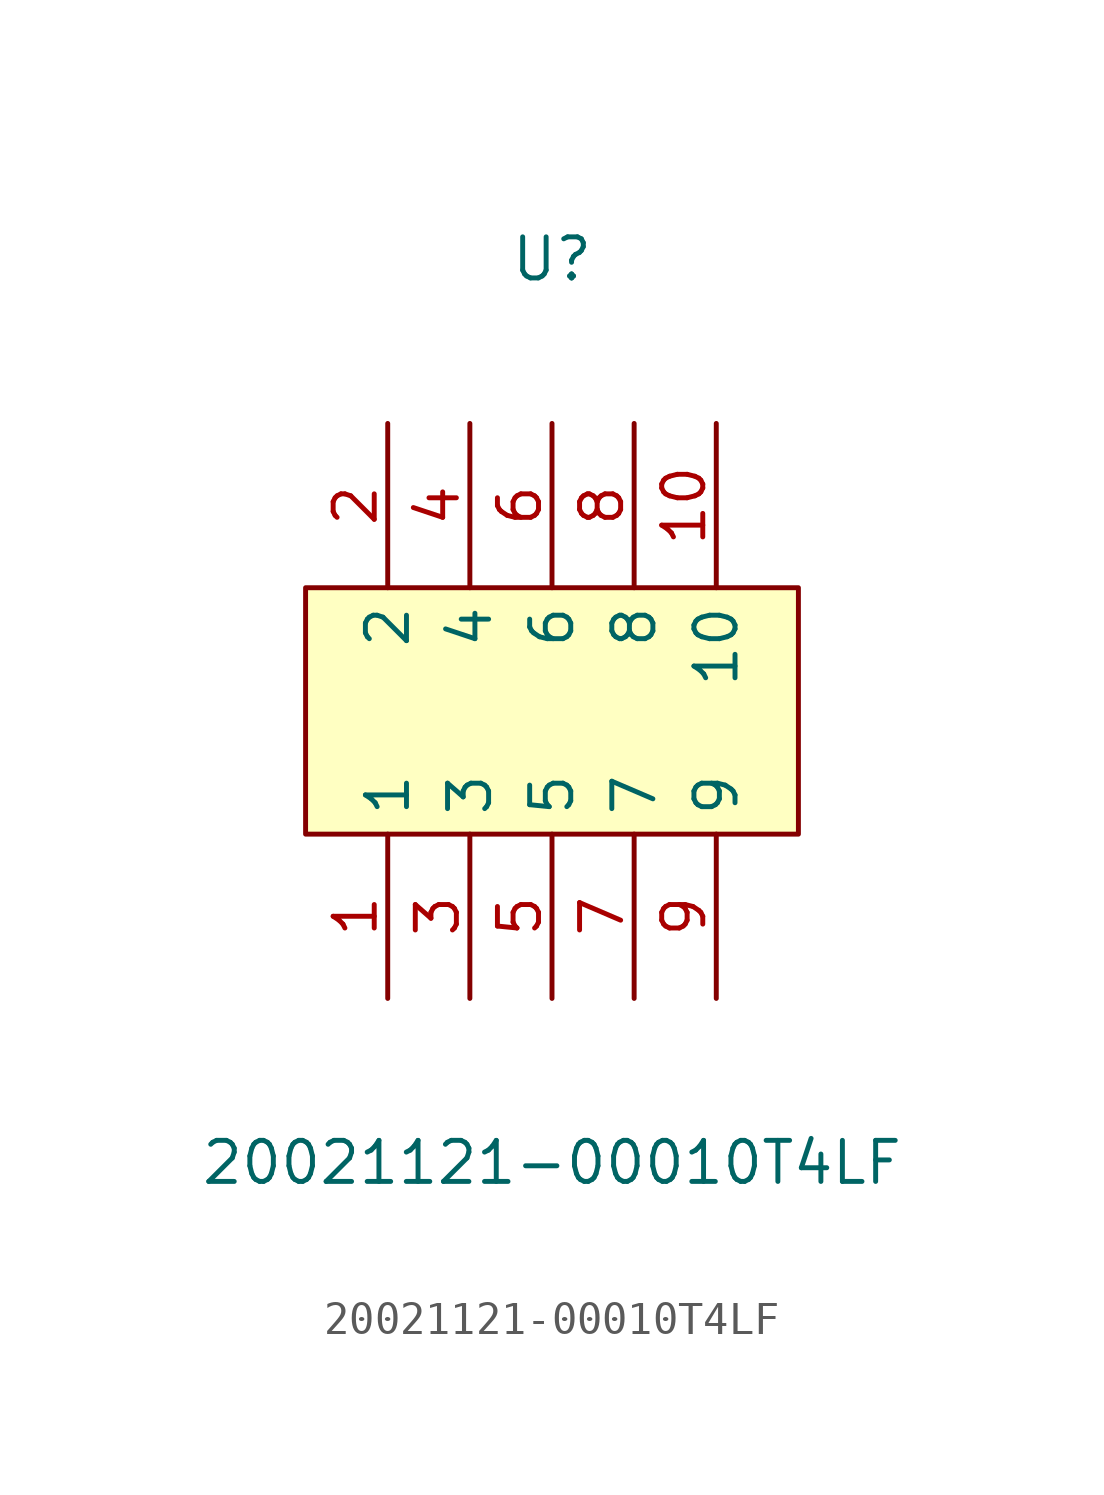
<source format=kicad_sym>
(kicad_symbol_lib
  (version 20211014)
  (generator https://github.com/uPesy/easyeda2kicad.py)
  (symbol "20021121-00010T4LF"
    (property "Reference" "U"
      (at 0 15.24 0)
      (effects (font (size 1.27 1.27))))
    (property "Value" "20021121-00010T4LF"
      (at 0 -12.70 0)
      (effects (font (size 1.27 1.27))))
    (symbol "20021121-00010T4LF_0_1"
      (rectangle (start -7.62 5.08) (end 7.62 -2.54) (stroke (width 0) (type default) (color 0 0 0 0)) (fill (type background)))
      (pin unspecified line (at 5.08 10.16 270) (length 5.08) (name "10" (effects (font (size 1.27 1.27)))) (number "10" (effects (font (size 1.27 1.27)))))
      (pin unspecified line (at 5.08 -7.62 90) (length 5.08) (name "9" (effects (font (size 1.27 1.27)))) (number "9" (effects (font (size 1.27 1.27)))))
      (pin unspecified line (at 2.54 10.16 270) (length 5.08) (name "8" (effects (font (size 1.27 1.27)))) (number "8" (effects (font (size 1.27 1.27)))))
      (pin unspecified line (at 2.54 -7.62 90) (length 5.08) (name "7" (effects (font (size 1.27 1.27)))) (number "7" (effects (font (size 1.27 1.27)))))
      (pin unspecified line (at 0.00 10.16 270) (length 5.08) (name "6" (effects (font (size 1.27 1.27)))) (number "6" (effects (font (size 1.27 1.27)))))
      (pin unspecified line (at 0.00 -7.62 90) (length 5.08) (name "5" (effects (font (size 1.27 1.27)))) (number "5" (effects (font (size 1.27 1.27)))))
      (pin unspecified line (at -2.54 10.16 270) (length 5.08) (name "4" (effects (font (size 1.27 1.27)))) (number "4" (effects (font (size 1.27 1.27)))))
      (pin unspecified line (at -2.54 -7.62 90) (length 5.08) (name "3" (effects (font (size 1.27 1.27)))) (number "3" (effects (font (size 1.27 1.27)))))
      (pin unspecified line (at -5.08 10.16 270) (length 5.08) (name "2" (effects (font (size 1.27 1.27)))) (number "2" (effects (font (size 1.27 1.27)))))
      (pin unspecified line (at -5.08 -7.62 90) (length 5.08) (name "1" (effects (font (size 1.27 1.27)))) (number "1" (effects (font (size 1.27 1.27))))))))
</source>
